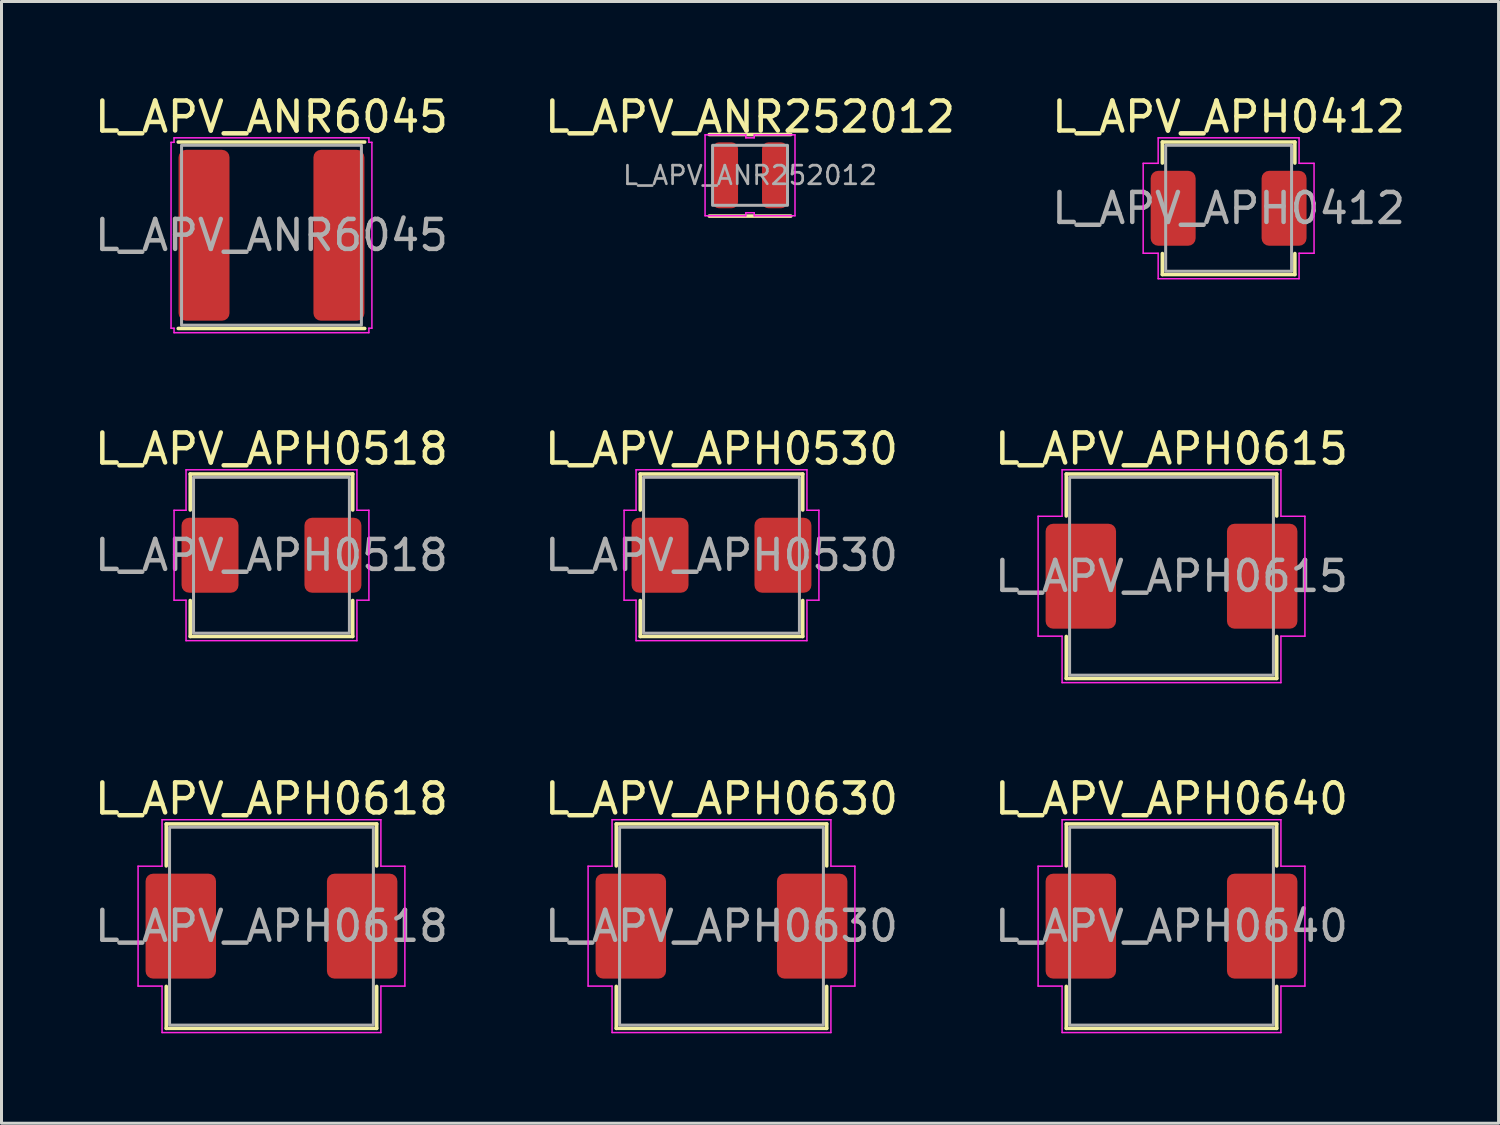
<source format=kicad_pcb>
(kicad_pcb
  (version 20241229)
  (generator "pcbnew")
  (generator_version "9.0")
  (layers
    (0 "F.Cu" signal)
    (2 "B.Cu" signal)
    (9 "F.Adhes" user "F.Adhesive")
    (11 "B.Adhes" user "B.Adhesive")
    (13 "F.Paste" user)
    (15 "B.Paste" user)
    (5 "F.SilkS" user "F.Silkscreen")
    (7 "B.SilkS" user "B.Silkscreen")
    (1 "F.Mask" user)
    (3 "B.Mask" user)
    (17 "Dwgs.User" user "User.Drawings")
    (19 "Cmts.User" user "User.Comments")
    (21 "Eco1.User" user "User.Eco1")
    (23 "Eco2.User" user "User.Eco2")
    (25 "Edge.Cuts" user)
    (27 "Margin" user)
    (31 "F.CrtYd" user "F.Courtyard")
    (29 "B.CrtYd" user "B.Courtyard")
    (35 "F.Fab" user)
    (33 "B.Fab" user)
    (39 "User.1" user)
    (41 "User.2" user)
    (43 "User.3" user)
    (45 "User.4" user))
  (footprint "L_APV_APH0615"
    (layer "F.Cu")
    (at 36.03 16.172)
    (property "Reference" "L_APV_APH0615" (at 0 -4.25 0) (layer "F.SilkS") (effects (font (size 1 1) (thickness 0.15))))
    (attr smd)
    (fp_line (start -3.51 -3.41) (end 3.51 -3.41) (stroke (width 0.12) (type solid)) (layer "F.SilkS"))
    (fp_line (start -3.51 -2.01) (end -3.51 -3.41) (stroke (width 0.12) (type solid)) (layer "F.SilkS"))
    (fp_line (start -3.51 3.41) (end -3.51 2.01) (stroke (width 0.12) (type solid)) (layer "F.SilkS"))
    (fp_line (start 3.51 -3.41) (end 3.51 -2.01) (stroke (width 0.12) (type solid)) (layer "F.SilkS"))
    (fp_line (start 3.51 2.01) (end 3.51 3.41) (stroke (width 0.12) (type solid)) (layer "F.SilkS"))
    (fp_line (start 3.51 3.41) (end -3.51 3.41) (stroke (width 0.12) (type solid)) (layer "F.SilkS"))
    (fp_line (start -4.45 -2) (end -3.65 -2) (stroke (width 0.05) (type solid)) (layer "F.CrtYd"))
    (fp_line (start -4.45 2) (end -4.45 -2) (stroke (width 0.05) (type solid)) (layer "F.CrtYd"))
    (fp_line (start -3.65 -3.55) (end 3.65 -3.55) (stroke (width 0.05) (type solid)) (layer "F.CrtYd"))
    (fp_line (start -3.65 -2) (end -3.65 -3.55) (stroke (width 0.05) (type solid)) (layer "F.CrtYd"))
    (fp_line (start -3.65 2) (end -4.45 2) (stroke (width 0.05) (type solid)) (layer "F.CrtYd"))
    (fp_line (start -3.65 3.55) (end -3.65 2) (stroke (width 0.05) (type solid)) (layer "F.CrtYd"))
    (fp_line (start 3.65 -3.55) (end 3.65 -2) (stroke (width 0.05) (type solid)) (layer "F.CrtYd"))
    (fp_line (start 3.65 -2) (end 4.45 -2) (stroke (width 0.05) (type solid)) (layer "F.CrtYd"))
    (fp_line (start 3.65 2) (end 3.65 3.55) (stroke (width 0.05) (type solid)) (layer "F.CrtYd"))
    (fp_line (start 3.65 3.55) (end -3.65 3.55) (stroke (width 0.05) (type solid)) (layer "F.CrtYd"))
    (fp_line (start 4.45 -2) (end 4.45 2) (stroke (width 0.05) (type solid)) (layer "F.CrtYd"))
    (fp_line (start 4.45 2) (end 3.65 2) (stroke (width 0.05) (type solid)) (layer "F.CrtYd"))
    (fp_rect (start -3.4 -3.3) (end 3.4 3.3) (stroke (width 0.1) (type solid)) (fill no) (layer "F.Fab"))
    (fp_text user "${REFERENCE}" (at 0 0 0) (layer "F.Fab") (effects (font (size 1 1) (thickness 0.15))))
    (pad "1" smd roundrect (at -3.025 0) (size 2.35 3.5) (layers "F.Cu" "F.Mask" "F.Paste") (roundrect_rratio 0.106))
    (pad "2" smd roundrect (at 3.025 0) (size 2.35 3.5) (layers "F.Cu" "F.Mask" "F.Paste") (roundrect_rratio 0.106)))
  (footprint "L_APV_APH0518"
    (layer "F.Cu")
    (at 6.006 15.472)
    (property "Reference" "L_APV_APH0518" (at 0 -3.55 0) (layer "F.SilkS") (effects (font (size 1 1) (thickness 0.15))))
    (attr smd)
    (fp_line (start -2.71 -2.71) (end 2.71 -2.71) (stroke (width 0.12) (type solid)) (layer "F.SilkS"))
    (fp_line (start -2.71 -1.51) (end -2.71 -2.71) (stroke (width 0.12) (type solid)) (layer "F.SilkS"))
    (fp_line (start -2.71 2.71) (end -2.71 1.51) (stroke (width 0.12) (type solid)) (layer "F.SilkS"))
    (fp_line (start 2.71 -2.71) (end 2.71 -1.51) (stroke (width 0.12) (type solid)) (layer "F.SilkS"))
    (fp_line (start 2.71 1.51) (end 2.71 2.71) (stroke (width 0.12) (type solid)) (layer "F.SilkS"))
    (fp_line (start 2.71 2.71) (end -2.71 2.71) (stroke (width 0.12) (type solid)) (layer "F.SilkS"))
    (fp_line (start -3.25 -1.5) (end -2.85 -1.5) (stroke (width 0.05) (type solid)) (layer "F.CrtYd"))
    (fp_line (start -3.25 1.5) (end -3.25 -1.5) (stroke (width 0.05) (type solid)) (layer "F.CrtYd"))
    (fp_line (start -2.85 -2.85) (end 2.85 -2.85) (stroke (width 0.05) (type solid)) (layer "F.CrtYd"))
    (fp_line (start -2.85 -1.5) (end -2.85 -2.85) (stroke (width 0.05) (type solid)) (layer "F.CrtYd"))
    (fp_line (start -2.85 1.5) (end -3.25 1.5) (stroke (width 0.05) (type solid)) (layer "F.CrtYd"))
    (fp_line (start -2.85 2.85) (end -2.85 1.5) (stroke (width 0.05) (type solid)) (layer "F.CrtYd"))
    (fp_line (start 2.85 -2.85) (end 2.85 -1.5) (stroke (width 0.05) (type solid)) (layer "F.CrtYd"))
    (fp_line (start 2.85 -1.5) (end 3.25 -1.5) (stroke (width 0.05) (type solid)) (layer "F.CrtYd"))
    (fp_line (start 2.85 1.5) (end 2.85 2.85) (stroke (width 0.05) (type solid)) (layer "F.CrtYd"))
    (fp_line (start 2.85 2.85) (end -2.85 2.85) (stroke (width 0.05) (type solid)) (layer "F.CrtYd"))
    (fp_line (start 3.25 -1.5) (end 3.25 1.5) (stroke (width 0.05) (type solid)) (layer "F.CrtYd"))
    (fp_line (start 3.25 1.5) (end 2.85 1.5) (stroke (width 0.05) (type solid)) (layer "F.CrtYd"))
    (fp_rect (start -2.6 -2.6) (end 2.6 2.6) (stroke (width 0.1) (type solid)) (fill no) (layer "F.Fab"))
    (fp_text user "${REFERENCE}" (at 0 0 0) (layer "F.Fab") (effects (font (size 1 1) (thickness 0.15))))
    (pad "1" smd roundrect (at -2.05 0) (size 1.9 2.5) (layers "F.Cu" "F.Mask" "F.Paste") (roundrect_rratio 0.132))
    (pad "2" smd roundrect (at 2.05 0) (size 1.9 2.5) (layers "F.Cu" "F.Mask" "F.Paste") (roundrect_rratio 0.132)))
  (footprint "L_APV_ANR6045"
    (layer "F.Cu")
    (at 6.006 4.798)
    (property "Reference" "L_APV_ANR6045" (at 0 -3.95 0) (layer "F.SilkS") (effects (font (size 1 1) (thickness 0.15))))
    (attr smd)
    (fp_line (start -3.11 -3.11) (end 3.11 -3.11) (stroke (width 0.12) (type solid)) (layer "F.SilkS"))
    (fp_line (start 3.11 3.11) (end -3.11 3.11) (stroke (width 0.12) (type solid)) (layer "F.SilkS"))
    (fp_line (start -3.35 -3.1) (end -3.25 -3.1) (stroke (width 0.05) (type solid)) (layer "F.CrtYd"))
    (fp_line (start -3.35 3.1) (end -3.35 -3.1) (stroke (width 0.05) (type solid)) (layer "F.CrtYd"))
    (fp_line (start -3.25 -3.25) (end 3.25 -3.25) (stroke (width 0.05) (type solid)) (layer "F.CrtYd"))
    (fp_line (start -3.25 -3.1) (end -3.25 -3.25) (stroke (width 0.05) (type solid)) (layer "F.CrtYd"))
    (fp_line (start -3.25 3.1) (end -3.35 3.1) (stroke (width 0.05) (type solid)) (layer "F.CrtYd"))
    (fp_line (start -3.25 3.25) (end -3.25 3.1) (stroke (width 0.05) (type solid)) (layer "F.CrtYd"))
    (fp_line (start 3.25 -3.25) (end 3.25 -3.1) (stroke (width 0.05) (type solid)) (layer "F.CrtYd"))
    (fp_line (start 3.25 -3.1) (end 3.35 -3.1) (stroke (width 0.05) (type solid)) (layer "F.CrtYd"))
    (fp_line (start 3.25 3.1) (end 3.25 3.25) (stroke (width 0.05) (type solid)) (layer "F.CrtYd"))
    (fp_line (start 3.25 3.25) (end -3.25 3.25) (stroke (width 0.05) (type solid)) (layer "F.CrtYd"))
    (fp_line (start 3.35 -3.1) (end 3.35 3.1) (stroke (width 0.05) (type solid)) (layer "F.CrtYd"))
    (fp_line (start 3.35 3.1) (end 3.25 3.1) (stroke (width 0.05) (type solid)) (layer "F.CrtYd"))
    (fp_rect (start -3 -3) (end 3 3) (stroke (width 0.1) (type solid)) (fill no) (layer "F.Fab"))
    (fp_text user "${REFERENCE}" (at 0 0 0) (layer "F.Fab") (effects (font (size 1 1) (thickness 0.15))))
    (pad "1" smd roundrect (at -2.25 0) (size 1.7 5.7) (layers "F.Cu" "F.Mask" "F.Paste") (roundrect_rratio 0.147))
    (pad "2" smd roundrect (at 2.25 0) (size 1.7 5.7) (layers "F.Cu" "F.Mask" "F.Paste") (roundrect_rratio 0.147)))
  (footprint "L_APV_APH0630"
    (layer "F.Cu")
    (at 21.018 27.845)
    (property "Reference" "L_APV_APH0630" (at 0 -4.25 0) (layer "F.SilkS") (effects (font (size 1 1) (thickness 0.15))))
    (attr smd)
    (fp_line (start -3.51 -3.41) (end 3.51 -3.41) (stroke (width 0.12) (type solid)) (layer "F.SilkS"))
    (fp_line (start -3.51 -2.01) (end -3.51 -3.41) (stroke (width 0.12) (type solid)) (layer "F.SilkS"))
    (fp_line (start -3.51 3.41) (end -3.51 2.01) (stroke (width 0.12) (type solid)) (layer "F.SilkS"))
    (fp_line (start 3.51 -3.41) (end 3.51 -2.01) (stroke (width 0.12) (type solid)) (layer "F.SilkS"))
    (fp_line (start 3.51 2.01) (end 3.51 3.41) (stroke (width 0.12) (type solid)) (layer "F.SilkS"))
    (fp_line (start 3.51 3.41) (end -3.51 3.41) (stroke (width 0.12) (type solid)) (layer "F.SilkS"))
    (fp_line (start -4.45 -2) (end -3.65 -2) (stroke (width 0.05) (type solid)) (layer "F.CrtYd"))
    (fp_line (start -4.45 2) (end -4.45 -2) (stroke (width 0.05) (type solid)) (layer "F.CrtYd"))
    (fp_line (start -3.65 -3.55) (end 3.65 -3.55) (stroke (width 0.05) (type solid)) (layer "F.CrtYd"))
    (fp_line (start -3.65 -2) (end -3.65 -3.55) (stroke (width 0.05) (type solid)) (layer "F.CrtYd"))
    (fp_line (start -3.65 2) (end -4.45 2) (stroke (width 0.05) (type solid)) (layer "F.CrtYd"))
    (fp_line (start -3.65 3.55) (end -3.65 2) (stroke (width 0.05) (type solid)) (layer "F.CrtYd"))
    (fp_line (start 3.65 -3.55) (end 3.65 -2) (stroke (width 0.05) (type solid)) (layer "F.CrtYd"))
    (fp_line (start 3.65 -2) (end 4.45 -2) (stroke (width 0.05) (type solid)) (layer "F.CrtYd"))
    (fp_line (start 3.65 2) (end 3.65 3.55) (stroke (width 0.05) (type solid)) (layer "F.CrtYd"))
    (fp_line (start 3.65 3.55) (end -3.65 3.55) (stroke (width 0.05) (type solid)) (layer "F.CrtYd"))
    (fp_line (start 4.45 -2) (end 4.45 2) (stroke (width 0.05) (type solid)) (layer "F.CrtYd"))
    (fp_line (start 4.45 2) (end 3.65 2) (stroke (width 0.05) (type solid)) (layer "F.CrtYd"))
    (fp_rect (start -3.4 -3.3) (end 3.4 3.3) (stroke (width 0.1) (type solid)) (fill no) (layer "F.Fab"))
    (fp_text user "${REFERENCE}" (at 0 0 0) (layer "F.Fab") (effects (font (size 1 1) (thickness 0.15))))
    (pad "1" smd roundrect (at -3.025 0) (size 2.35 3.5) (layers "F.Cu" "F.Mask" "F.Paste") (roundrect_rratio 0.106))
    (pad "2" smd roundrect (at 3.025 0) (size 2.35 3.5) (layers "F.Cu" "F.Mask" "F.Paste") (roundrect_rratio 0.106)))
  (footprint "L_APV_APH0618"
    (layer "F.Cu")
    (at 6.006 27.845)
    (property "Reference" "L_APV_APH0618" (at 0 -4.25 0) (layer "F.SilkS") (effects (font (size 1 1) (thickness 0.15))))
    (attr smd)
    (fp_line (start -3.51 -3.41) (end 3.51 -3.41) (stroke (width 0.12) (type solid)) (layer "F.SilkS"))
    (fp_line (start -3.51 -2.01) (end -3.51 -3.41) (stroke (width 0.12) (type solid)) (layer "F.SilkS"))
    (fp_line (start -3.51 3.41) (end -3.51 2.01) (stroke (width 0.12) (type solid)) (layer "F.SilkS"))
    (fp_line (start 3.51 -3.41) (end 3.51 -2.01) (stroke (width 0.12) (type solid)) (layer "F.SilkS"))
    (fp_line (start 3.51 2.01) (end 3.51 3.41) (stroke (width 0.12) (type solid)) (layer "F.SilkS"))
    (fp_line (start 3.51 3.41) (end -3.51 3.41) (stroke (width 0.12) (type solid)) (layer "F.SilkS"))
    (fp_line (start -4.45 -2) (end -3.65 -2) (stroke (width 0.05) (type solid)) (layer "F.CrtYd"))
    (fp_line (start -4.45 2) (end -4.45 -2) (stroke (width 0.05) (type solid)) (layer "F.CrtYd"))
    (fp_line (start -3.65 -3.55) (end 3.65 -3.55) (stroke (width 0.05) (type solid)) (layer "F.CrtYd"))
    (fp_line (start -3.65 -2) (end -3.65 -3.55) (stroke (width 0.05) (type solid)) (layer "F.CrtYd"))
    (fp_line (start -3.65 2) (end -4.45 2) (stroke (width 0.05) (type solid)) (layer "F.CrtYd"))
    (fp_line (start -3.65 3.55) (end -3.65 2) (stroke (width 0.05) (type solid)) (layer "F.CrtYd"))
    (fp_line (start 3.65 -3.55) (end 3.65 -2) (stroke (width 0.05) (type solid)) (layer "F.CrtYd"))
    (fp_line (start 3.65 -2) (end 4.45 -2) (stroke (width 0.05) (type solid)) (layer "F.CrtYd"))
    (fp_line (start 3.65 2) (end 3.65 3.55) (stroke (width 0.05) (type solid)) (layer "F.CrtYd"))
    (fp_line (start 3.65 3.55) (end -3.65 3.55) (stroke (width 0.05) (type solid)) (layer "F.CrtYd"))
    (fp_line (start 4.45 -2) (end 4.45 2) (stroke (width 0.05) (type solid)) (layer "F.CrtYd"))
    (fp_line (start 4.45 2) (end 3.65 2) (stroke (width 0.05) (type solid)) (layer "F.CrtYd"))
    (fp_rect (start -3.4 -3.3) (end 3.4 3.3) (stroke (width 0.1) (type solid)) (fill no) (layer "F.Fab"))
    (fp_text user "${REFERENCE}" (at 0 0 0) (layer "F.Fab") (effects (font (size 1 1) (thickness 0.15))))
    (pad "1" smd roundrect (at -3.025 0) (size 2.35 3.5) (layers "F.Cu" "F.Mask" "F.Paste") (roundrect_rratio 0.106))
    (pad "2" smd roundrect (at 3.025 0) (size 2.35 3.5) (layers "F.Cu" "F.Mask" "F.Paste") (roundrect_rratio 0.106)))
  (footprint "L_APV_APH0412"
    (layer "F.Cu")
    (at 37.935 3.898)
    (property "Reference" "L_APV_APH0412" (at 0 -3.05 0) (layer "F.SilkS") (effects (font (size 1 1) (thickness 0.15))))
    (attr smd)
    (fp_line (start -2.21 -2.21) (end 2.21 -2.21) (stroke (width 0.12) (type solid)) (layer "F.SilkS"))
    (fp_line (start -2.21 -1.51) (end -2.21 -2.21) (stroke (width 0.12) (type solid)) (layer "F.SilkS"))
    (fp_line (start -2.21 2.21) (end -2.21 1.51) (stroke (width 0.12) (type solid)) (layer "F.SilkS"))
    (fp_line (start 2.21 -2.21) (end 2.21 -1.51) (stroke (width 0.12) (type solid)) (layer "F.SilkS"))
    (fp_line (start 2.21 1.51) (end 2.21 2.21) (stroke (width 0.12) (type solid)) (layer "F.SilkS"))
    (fp_line (start 2.21 2.21) (end -2.21 2.21) (stroke (width 0.12) (type solid)) (layer "F.SilkS"))
    (fp_line (start -2.85 -1.5) (end -2.35 -1.5) (stroke (width 0.05) (type solid)) (layer "F.CrtYd"))
    (fp_line (start -2.85 1.5) (end -2.85 -1.5) (stroke (width 0.05) (type solid)) (layer "F.CrtYd"))
    (fp_line (start -2.35 -2.35) (end 2.35 -2.35) (stroke (width 0.05) (type solid)) (layer "F.CrtYd"))
    (fp_line (start -2.35 -1.5) (end -2.35 -2.35) (stroke (width 0.05) (type solid)) (layer "F.CrtYd"))
    (fp_line (start -2.35 1.5) (end -2.85 1.5) (stroke (width 0.05) (type solid)) (layer "F.CrtYd"))
    (fp_line (start -2.35 2.35) (end -2.35 1.5) (stroke (width 0.05) (type solid)) (layer "F.CrtYd"))
    (fp_line (start 2.35 -2.35) (end 2.35 -1.5) (stroke (width 0.05) (type solid)) (layer "F.CrtYd"))
    (fp_line (start 2.35 -1.5) (end 2.85 -1.5) (stroke (width 0.05) (type solid)) (layer "F.CrtYd"))
    (fp_line (start 2.35 1.5) (end 2.35 2.35) (stroke (width 0.05) (type solid)) (layer "F.CrtYd"))
    (fp_line (start 2.35 2.35) (end -2.35 2.35) (stroke (width 0.05) (type solid)) (layer "F.CrtYd"))
    (fp_line (start 2.85 -1.5) (end 2.85 1.5) (stroke (width 0.05) (type solid)) (layer "F.CrtYd"))
    (fp_line (start 2.85 1.5) (end 2.35 1.5) (stroke (width 0.05) (type solid)) (layer "F.CrtYd"))
    (fp_rect (start -2.1 -2.1) (end 2.1 2.1) (stroke (width 0.1) (type solid)) (fill no) (layer "F.Fab"))
    (fp_text user "${REFERENCE}" (at 0 0 0) (layer "F.Fab") (effects (font (size 1 1) (thickness 0.15))))
    (pad "1" smd roundrect (at -1.85 0) (size 1.5 2.5) (layers "F.Cu" "F.Mask" "F.Paste") (roundrect_rratio 0.167))
    (pad "2" smd roundrect (at 1.85 0) (size 1.5 2.5) (layers "F.Cu" "F.Mask" "F.Paste") (roundrect_rratio 0.167)))
  (footprint "L_APV_ANR252012"
    (layer "F.Cu")
    (at 21.97 2.798)
    (property "Reference" "L_APV_ANR252012" (at 0 -1.95 0) (layer "F.SilkS") (effects (font (size 1 1) (thickness 0.15))))
    (attr smd)
    (fp_line (start -1.36 -1.36) (end 1.36 -1.36) (stroke (width 0.12) (type solid)) (layer "F.SilkS"))
    (fp_line (start 1.36 1.36) (end -1.36 1.36) (stroke (width 0.12) (type solid)) (layer "F.SilkS"))
    (fp_line (start -1.5 -1.35) (end -0.14 -1.35) (stroke (width 0.05) (type solid)) (layer "F.CrtYd"))
    (fp_line (start -1.5 1.35) (end -1.5 -1.35) (stroke (width 0.05) (type solid)) (layer "F.CrtYd"))
    (fp_line (start -0.14 -1.35) (end -0.14 -1.25) (stroke (width 0.05) (type solid)) (layer "F.CrtYd"))
    (fp_line (start -0.14 -1.25) (end 0.14 -1.25) (stroke (width 0.05) (type solid)) (layer "F.CrtYd"))
    (fp_line (start -0.14 1.25) (end -0.14 1.35) (stroke (width 0.05) (type solid)) (layer "F.CrtYd"))
    (fp_line (start -0.14 1.35) (end -1.5 1.35) (stroke (width 0.05) (type solid)) (layer "F.CrtYd"))
    (fp_line (start 0.14 -1.35) (end 1.5 -1.35) (stroke (width 0.05) (type solid)) (layer "F.CrtYd"))
    (fp_line (start 0.14 -1.25) (end 0.14 -1.35) (stroke (width 0.05) (type solid)) (layer "F.CrtYd"))
    (fp_line (start 0.14 1.25) (end -0.14 1.25) (stroke (width 0.05) (type solid)) (layer "F.CrtYd"))
    (fp_line (start 0.14 1.35) (end 0.14 1.25) (stroke (width 0.05) (type solid)) (layer "F.CrtYd"))
    (fp_line (start 1.5 -1.35) (end 1.5 1.35) (stroke (width 0.05) (type solid)) (layer "F.CrtYd"))
    (fp_line (start 1.5 1.35) (end 0.14 1.35) (stroke (width 0.05) (type solid)) (layer "F.CrtYd"))
    (fp_rect (start -1.25 -1) (end 1.25 1) (stroke (width 0.1) (type solid)) (fill no) (layer "F.Fab"))
    (fp_text user "${REFERENCE}" (at 0 0 0) (layer "F.Fab") (effects (font (size 0.62 0.62) (thickness 0.09))))
    (pad "1" smd roundrect (at -0.825 0) (size 0.85 2.2) (layers "F.Cu" "F.Mask" "F.Paste") (roundrect_rratio 0.25))
    (pad "2" smd roundrect (at 0.825 0) (size 0.85 2.2) (layers "F.Cu" "F.Mask" "F.Paste") (roundrect_rratio 0.25)))
  (footprint "L_APV_APH0640"
    (layer "F.Cu")
    (at 36.03 27.845)
    (property "Reference" "L_APV_APH0640" (at 0 -4.25 0) (layer "F.SilkS") (effects (font (size 1 1) (thickness 0.15))))
    (attr smd)
    (fp_line (start -3.51 -3.41) (end 3.51 -3.41) (stroke (width 0.12) (type solid)) (layer "F.SilkS"))
    (fp_line (start -3.51 -2.01) (end -3.51 -3.41) (stroke (width 0.12) (type solid)) (layer "F.SilkS"))
    (fp_line (start -3.51 3.41) (end -3.51 2.01) (stroke (width 0.12) (type solid)) (layer "F.SilkS"))
    (fp_line (start 3.51 -3.41) (end 3.51 -2.01) (stroke (width 0.12) (type solid)) (layer "F.SilkS"))
    (fp_line (start 3.51 2.01) (end 3.51 3.41) (stroke (width 0.12) (type solid)) (layer "F.SilkS"))
    (fp_line (start 3.51 3.41) (end -3.51 3.41) (stroke (width 0.12) (type solid)) (layer "F.SilkS"))
    (fp_line (start -4.45 -2) (end -3.65 -2) (stroke (width 0.05) (type solid)) (layer "F.CrtYd"))
    (fp_line (start -4.45 2) (end -4.45 -2) (stroke (width 0.05) (type solid)) (layer "F.CrtYd"))
    (fp_line (start -3.65 -3.55) (end 3.65 -3.55) (stroke (width 0.05) (type solid)) (layer "F.CrtYd"))
    (fp_line (start -3.65 -2) (end -3.65 -3.55) (stroke (width 0.05) (type solid)) (layer "F.CrtYd"))
    (fp_line (start -3.65 2) (end -4.45 2) (stroke (width 0.05) (type solid)) (layer "F.CrtYd"))
    (fp_line (start -3.65 3.55) (end -3.65 2) (stroke (width 0.05) (type solid)) (layer "F.CrtYd"))
    (fp_line (start 3.65 -3.55) (end 3.65 -2) (stroke (width 0.05) (type solid)) (layer "F.CrtYd"))
    (fp_line (start 3.65 -2) (end 4.45 -2) (stroke (width 0.05) (type solid)) (layer "F.CrtYd"))
    (fp_line (start 3.65 2) (end 3.65 3.55) (stroke (width 0.05) (type solid)) (layer "F.CrtYd"))
    (fp_line (start 3.65 3.55) (end -3.65 3.55) (stroke (width 0.05) (type solid)) (layer "F.CrtYd"))
    (fp_line (start 4.45 -2) (end 4.45 2) (stroke (width 0.05) (type solid)) (layer "F.CrtYd"))
    (fp_line (start 4.45 2) (end 3.65 2) (stroke (width 0.05) (type solid)) (layer "F.CrtYd"))
    (fp_rect (start -3.4 -3.3) (end 3.4 3.3) (stroke (width 0.1) (type solid)) (fill no) (layer "F.Fab"))
    (fp_text user "${REFERENCE}" (at 0 0 0) (layer "F.Fab") (effects (font (size 1 1) (thickness 0.15))))
    (pad "1" smd roundrect (at -3.025 0) (size 2.35 3.5) (layers "F.Cu" "F.Mask" "F.Paste") (roundrect_rratio 0.106))
    (pad "2" smd roundrect (at 3.025 0) (size 2.35 3.5) (layers "F.Cu" "F.Mask" "F.Paste") (roundrect_rratio 0.106)))
  (footprint "L_APV_APH0530"
    (layer "F.Cu")
    (at 21.018 15.472)
    (property "Reference" "L_APV_APH0530" (at 0 -3.55 0) (layer "F.SilkS") (effects (font (size 1 1) (thickness 0.15))))
    (attr smd)
    (fp_line (start -2.71 -2.71) (end 2.71 -2.71) (stroke (width 0.12) (type solid)) (layer "F.SilkS"))
    (fp_line (start -2.71 -1.51) (end -2.71 -2.71) (stroke (width 0.12) (type solid)) (layer "F.SilkS"))
    (fp_line (start -2.71 2.71) (end -2.71 1.51) (stroke (width 0.12) (type solid)) (layer "F.SilkS"))
    (fp_line (start 2.71 -2.71) (end 2.71 -1.51) (stroke (width 0.12) (type solid)) (layer "F.SilkS"))
    (fp_line (start 2.71 1.51) (end 2.71 2.71) (stroke (width 0.12) (type solid)) (layer "F.SilkS"))
    (fp_line (start 2.71 2.71) (end -2.71 2.71) (stroke (width 0.12) (type solid)) (layer "F.SilkS"))
    (fp_line (start -3.25 -1.5) (end -2.85 -1.5) (stroke (width 0.05) (type solid)) (layer "F.CrtYd"))
    (fp_line (start -3.25 1.5) (end -3.25 -1.5) (stroke (width 0.05) (type solid)) (layer "F.CrtYd"))
    (fp_line (start -2.85 -2.85) (end 2.85 -2.85) (stroke (width 0.05) (type solid)) (layer "F.CrtYd"))
    (fp_line (start -2.85 -1.5) (end -2.85 -2.85) (stroke (width 0.05) (type solid)) (layer "F.CrtYd"))
    (fp_line (start -2.85 1.5) (end -3.25 1.5) (stroke (width 0.05) (type solid)) (layer "F.CrtYd"))
    (fp_line (start -2.85 2.85) (end -2.85 1.5) (stroke (width 0.05) (type solid)) (layer "F.CrtYd"))
    (fp_line (start 2.85 -2.85) (end 2.85 -1.5) (stroke (width 0.05) (type solid)) (layer "F.CrtYd"))
    (fp_line (start 2.85 -1.5) (end 3.25 -1.5) (stroke (width 0.05) (type solid)) (layer "F.CrtYd"))
    (fp_line (start 2.85 1.5) (end 2.85 2.85) (stroke (width 0.05) (type solid)) (layer "F.CrtYd"))
    (fp_line (start 2.85 2.85) (end -2.85 2.85) (stroke (width 0.05) (type solid)) (layer "F.CrtYd"))
    (fp_line (start 3.25 -1.5) (end 3.25 1.5) (stroke (width 0.05) (type solid)) (layer "F.CrtYd"))
    (fp_line (start 3.25 1.5) (end 2.85 1.5) (stroke (width 0.05) (type solid)) (layer "F.CrtYd"))
    (fp_rect (start -2.6 -2.6) (end 2.6 2.6) (stroke (width 0.1) (type solid)) (fill no) (layer "F.Fab"))
    (fp_text user "${REFERENCE}" (at 0 0 0) (layer "F.Fab") (effects (font (size 1 1) (thickness 0.15))))
    (pad "1" smd roundrect (at -2.05 0) (size 1.9 2.5) (layers "F.Cu" "F.Mask" "F.Paste") (roundrect_rratio 0.132))
    (pad "2" smd roundrect (at 2.05 0) (size 1.9 2.5) (layers "F.Cu" "F.Mask" "F.Paste") (roundrect_rratio 0.132)))
  (gr_rect
    (start -3 -3)
    (end 46.94 34.42)
    (stroke (width 0.1) (type default))
    (fill no)
    (layer "Edge.Cuts")))
</source>
